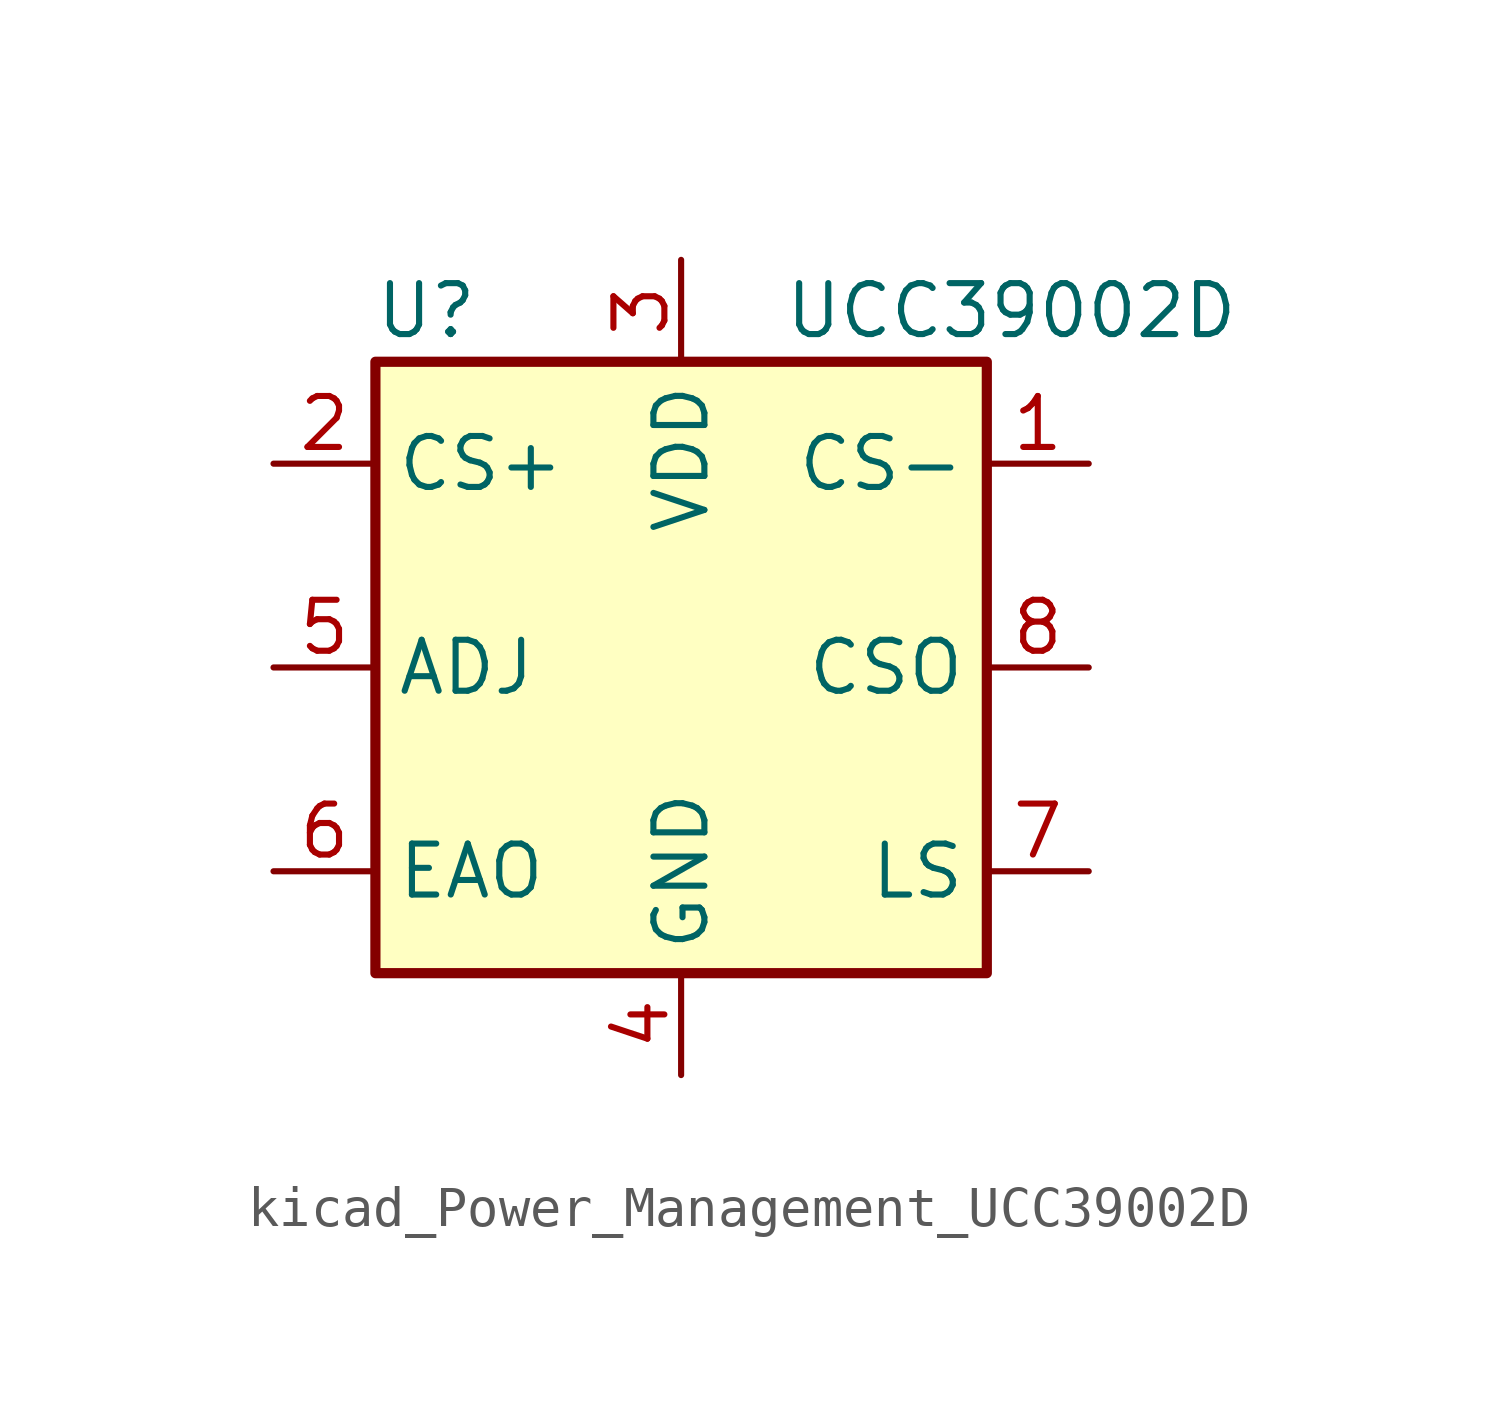
<source format=kicad_sym>
(kicad_symbol_lib
  (version 20220914)
  (generator kicad_symbol_editor)
  (symbol "kicad_Power_Management_UCC39002D"
    (property "Reference" "U"
      (at -6.35 8.89 0)
      (effects (font (size 1.27 1.27))))
    (property "Value" "UCC39002D"
      (at 2.54 8.89 0)
      (effects (font (size 1.27 1.27)) (justify left)))
    (symbol "kicad_Power_Management_UCC39002D_0_1"
      (rectangle (start -7.62 7.62) (end 7.62 -7.62) (stroke (width 0.254) (type default)) (fill (type background))))
    (symbol "kicad_Power_Management_UCC39002D_1_1"
      (pin input line (at 10.16 5.08 180) (length 2.54) (name "CS-" (effects (font (size 1.27 1.27)))) (number "1" (effects (font (size 1.27 1.27)))))
      (pin input line (at -10.16 5.08 0) (length 2.54) (name "CS+" (effects (font (size 1.27 1.27)))) (number "2" (effects (font (size 1.27 1.27)))))
      (pin power_in line (at 0 10.16 270) (length 2.54) (name "VDD" (effects (font (size 1.27 1.27)))) (number "3" (effects (font (size 1.27 1.27)))))
      (pin power_in line (at 0 -10.16 90) (length 2.54) (name "GND" (effects (font (size 1.27 1.27)))) (number "4" (effects (font (size 1.27 1.27)))))
      (pin open_collector line (at -10.16 0 0) (length 2.54) (name "ADJ" (effects (font (size 1.27 1.27)))) (number "5" (effects (font (size 1.27 1.27)))))
      (pin passive line (at -10.16 -5.08 0) (length 2.54) (name "EAO" (effects (font (size 1.27 1.27)))) (number "6" (effects (font (size 1.27 1.27)))))
      (pin passive line (at 10.16 -5.08 180) (length 2.54) (name "LS" (effects (font (size 1.27 1.27)))) (number "7" (effects (font (size 1.27 1.27)))))
      (pin output line (at 10.16 0 180) (length 2.54) (name "CSO" (effects (font (size 1.27 1.27)))) (number "8" (effects (font (size 1.27 1.27))))))))
</source>
